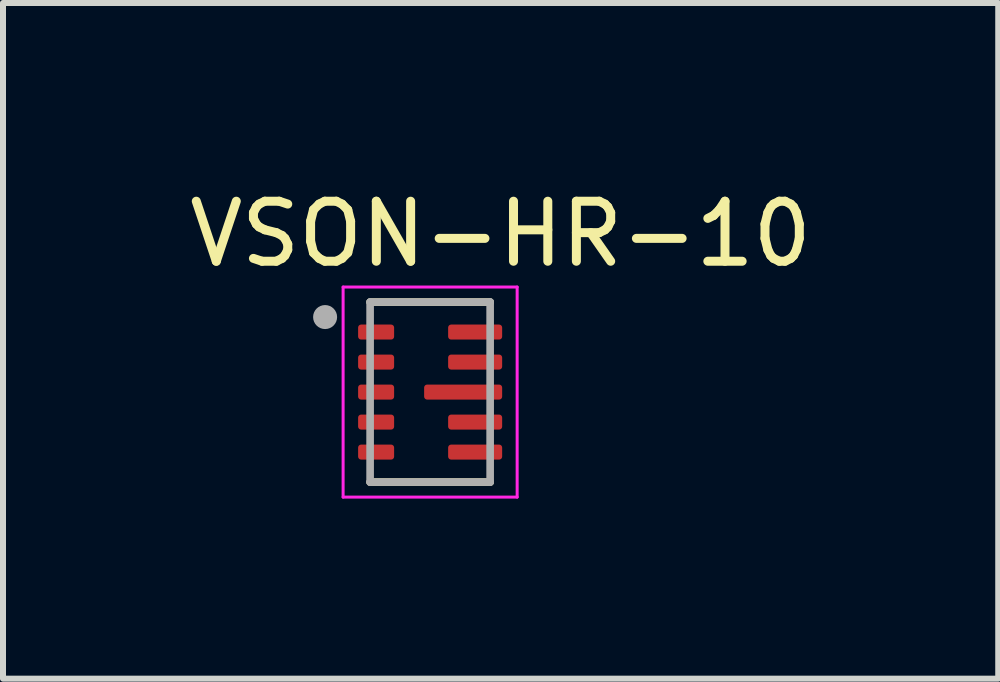
<source format=kicad_pcb>
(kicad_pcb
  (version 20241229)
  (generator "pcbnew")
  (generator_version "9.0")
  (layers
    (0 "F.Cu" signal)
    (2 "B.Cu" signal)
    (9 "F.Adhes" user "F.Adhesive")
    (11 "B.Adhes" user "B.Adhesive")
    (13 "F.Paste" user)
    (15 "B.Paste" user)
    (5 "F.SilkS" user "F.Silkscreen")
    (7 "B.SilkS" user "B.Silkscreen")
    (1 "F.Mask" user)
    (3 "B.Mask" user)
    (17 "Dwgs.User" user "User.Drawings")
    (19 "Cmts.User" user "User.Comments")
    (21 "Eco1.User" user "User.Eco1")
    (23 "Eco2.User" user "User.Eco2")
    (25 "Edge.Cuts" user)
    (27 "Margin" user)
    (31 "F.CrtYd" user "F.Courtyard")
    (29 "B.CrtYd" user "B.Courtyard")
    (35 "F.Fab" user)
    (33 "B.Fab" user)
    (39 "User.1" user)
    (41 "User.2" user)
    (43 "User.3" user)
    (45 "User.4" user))
  (footprint "VSON-HR-10"
    (layer "F.Cu")
    (at 4.117 3.483)
    (property "Reference" "VSON-HR-10" (at 1.175 -2.635 0) (layer "F.SilkS") (effects (font (size 1 1) (thickness 0.15))))
    (attr smd)
    (fp_poly (pts (xy -0.53 -1.075) (xy -0.53 -0.925) (xy -0.53 -0.919) (xy -0.531 -0.912) (xy -0.531 -0.906) (xy -0.533 -0.9) (xy -0.534 -0.894) (xy -0.536 -0.888) (xy -0.538 -0.882) (xy -0.54 -0.876) (xy -0.543 -0.871) (xy -0.546 -0.865) (xy -0.549 -0.86) (xy -0.553 -0.854) (xy -0.557 -0.849) (xy -0.561 -0.845) (xy -0.565 -0.84) (xy -0.57 -0.836) (xy -0.574 -0.832) (xy -0.579 -0.828) (xy -0.585 -0.824) (xy -0.59 -0.821) (xy -0.596 -0.818) (xy -0.601 -0.815) (xy -0.607 -0.813) (xy -0.613 -0.811) (xy -0.619 -0.809) (xy -0.625 -0.808) (xy -0.631 -0.806) (xy -0.637 -0.806) (xy -0.644 -0.805) (xy -0.65 -0.805) (xy -1.15 -0.805) (xy -1.156 -0.805) (xy -1.163 -0.806) (xy -1.169 -0.806) (xy -1.175 -0.808) (xy -1.181 -0.809) (xy -1.187 -0.811) (xy -1.193 -0.813) (xy -1.199 -0.815) (xy -1.204 -0.818) (xy -1.21 -0.821) (xy -1.215 -0.824) (xy -1.221 -0.828) (xy -1.226 -0.832) (xy -1.23 -0.836) (xy -1.235 -0.84) (xy -1.239 -0.845) (xy -1.243 -0.849) (xy -1.247 -0.854) (xy -1.251 -0.86) (xy -1.254 -0.865) (xy -1.257 -0.871) (xy -1.26 -0.876) (xy -1.262 -0.882) (xy -1.264 -0.888) (xy -1.266 -0.894) (xy -1.267 -0.9) (xy -1.269 -0.906) (xy -1.269 -0.912) (xy -1.27 -0.919) (xy -1.27 -0.925) (xy -1.27 -1.075) (xy -1.27 -1.081) (xy -1.269 -1.088) (xy -1.269 -1.094) (xy -1.267 -1.1) (xy -1.266 -1.106) (xy -1.264 -1.112) (xy -1.262 -1.118) (xy -1.26 -1.124) (xy -1.257 -1.129) (xy -1.254 -1.135) (xy -1.251 -1.14) (xy -1.247 -1.146) (xy -1.243 -1.151) (xy -1.239 -1.155) (xy -1.235 -1.16) (xy -1.23 -1.164) (xy -1.226 -1.168) (xy -1.221 -1.172) (xy -1.215 -1.176) (xy -1.21 -1.179) (xy -1.204 -1.182) (xy -1.199 -1.185) (xy -1.193 -1.187) (xy -1.187 -1.189) (xy -1.181 -1.191) (xy -1.175 -1.192) (xy -1.169 -1.194) (xy -1.163 -1.194) (xy -1.156 -1.195) (xy -1.15 -1.195) (xy -0.65 -1.195) (xy -0.644 -1.195) (xy -0.637 -1.194) (xy -0.631 -1.194) (xy -0.625 -1.192) (xy -0.619 -1.191) (xy -0.613 -1.189) (xy -0.607 -1.187) (xy -0.601 -1.185) (xy -0.596 -1.182) (xy -0.59 -1.179) (xy -0.585 -1.176) (xy -0.579 -1.172) (xy -0.574 -1.168) (xy -0.57 -1.164) (xy -0.565 -1.16) (xy -0.561 -1.155) (xy -0.557 -1.151) (xy -0.553 -1.146) (xy -0.549 -1.14) (xy -0.546 -1.135) (xy -0.543 -1.129) (xy -0.54 -1.124) (xy -0.538 -1.118) (xy -0.536 -1.112) (xy -0.534 -1.106) (xy -0.533 -1.1) (xy -0.531 -1.094) (xy -0.531 -1.088) (xy -0.53 -1.081) (xy -0.53 -1.075)) (stroke (width 0.01) (type solid)) (fill yes) (layer "F.Mask"))
    (fp_poly (pts (xy -0.53 -0.575) (xy -0.53 -0.425) (xy -0.53 -0.419) (xy -0.531 -0.412) (xy -0.531 -0.406) (xy -0.533 -0.4) (xy -0.534 -0.394) (xy -0.536 -0.388) (xy -0.538 -0.382) (xy -0.54 -0.376) (xy -0.543 -0.371) (xy -0.546 -0.365) (xy -0.549 -0.36) (xy -0.553 -0.354) (xy -0.557 -0.349) (xy -0.561 -0.345) (xy -0.565 -0.34) (xy -0.57 -0.336) (xy -0.574 -0.332) (xy -0.579 -0.328) (xy -0.585 -0.324) (xy -0.59 -0.321) (xy -0.596 -0.318) (xy -0.601 -0.315) (xy -0.607 -0.313) (xy -0.613 -0.311) (xy -0.619 -0.309) (xy -0.625 -0.308) (xy -0.631 -0.306) (xy -0.637 -0.306) (xy -0.644 -0.305) (xy -0.65 -0.305) (xy -1.15 -0.305) (xy -1.156 -0.305) (xy -1.163 -0.306) (xy -1.169 -0.306) (xy -1.175 -0.308) (xy -1.181 -0.309) (xy -1.187 -0.311) (xy -1.193 -0.313) (xy -1.199 -0.315) (xy -1.204 -0.318) (xy -1.21 -0.321) (xy -1.215 -0.324) (xy -1.221 -0.328) (xy -1.226 -0.332) (xy -1.23 -0.336) (xy -1.235 -0.34) (xy -1.239 -0.345) (xy -1.243 -0.349) (xy -1.247 -0.354) (xy -1.251 -0.36) (xy -1.254 -0.365) (xy -1.257 -0.371) (xy -1.26 -0.376) (xy -1.262 -0.382) (xy -1.264 -0.388) (xy -1.266 -0.394) (xy -1.267 -0.4) (xy -1.269 -0.406) (xy -1.269 -0.412) (xy -1.27 -0.419) (xy -1.27 -0.425) (xy -1.27 -0.575) (xy -1.27 -0.581) (xy -1.269 -0.588) (xy -1.269 -0.594) (xy -1.267 -0.6) (xy -1.266 -0.606) (xy -1.264 -0.612) (xy -1.262 -0.618) (xy -1.26 -0.624) (xy -1.257 -0.629) (xy -1.254 -0.635) (xy -1.251 -0.64) (xy -1.247 -0.646) (xy -1.243 -0.651) (xy -1.239 -0.655) (xy -1.235 -0.66) (xy -1.23 -0.664) (xy -1.226 -0.668) (xy -1.221 -0.672) (xy -1.215 -0.676) (xy -1.21 -0.679) (xy -1.204 -0.682) (xy -1.199 -0.685) (xy -1.193 -0.687) (xy -1.187 -0.689) (xy -1.181 -0.691) (xy -1.175 -0.692) (xy -1.169 -0.694) (xy -1.163 -0.694) (xy -1.156 -0.695) (xy -1.15 -0.695) (xy -0.65 -0.695) (xy -0.644 -0.695) (xy -0.637 -0.694) (xy -0.631 -0.694) (xy -0.625 -0.692) (xy -0.619 -0.691) (xy -0.613 -0.689) (xy -0.607 -0.687) (xy -0.601 -0.685) (xy -0.596 -0.682) (xy -0.59 -0.679) (xy -0.585 -0.676) (xy -0.579 -0.672) (xy -0.574 -0.668) (xy -0.57 -0.664) (xy -0.565 -0.66) (xy -0.561 -0.655) (xy -0.557 -0.651) (xy -0.553 -0.646) (xy -0.549 -0.64) (xy -0.546 -0.635) (xy -0.543 -0.629) (xy -0.54 -0.624) (xy -0.538 -0.618) (xy -0.536 -0.612) (xy -0.534 -0.606) (xy -0.533 -0.6) (xy -0.531 -0.594) (xy -0.531 -0.588) (xy -0.53 -0.581) (xy -0.53 -0.575)) (stroke (width 0.01) (type solid)) (fill yes) (layer "F.Mask"))
    (fp_poly (pts (xy -0.53 -0.075) (xy -0.53 0.075) (xy -0.53 0.081) (xy -0.531 0.088) (xy -0.531 0.094) (xy -0.533 0.1) (xy -0.534 0.106) (xy -0.536 0.112) (xy -0.538 0.118) (xy -0.54 0.124) (xy -0.543 0.129) (xy -0.546 0.135) (xy -0.549 0.14) (xy -0.553 0.146) (xy -0.557 0.151) (xy -0.561 0.155) (xy -0.565 0.16) (xy -0.57 0.164) (xy -0.574 0.168) (xy -0.579 0.172) (xy -0.585 0.176) (xy -0.59 0.179) (xy -0.596 0.182) (xy -0.601 0.185) (xy -0.607 0.187) (xy -0.613 0.189) (xy -0.619 0.191) (xy -0.625 0.192) (xy -0.631 0.194) (xy -0.637 0.194) (xy -0.644 0.195) (xy -0.65 0.195) (xy -1.15 0.195) (xy -1.156 0.195) (xy -1.163 0.194) (xy -1.169 0.194) (xy -1.175 0.192) (xy -1.181 0.191) (xy -1.187 0.189) (xy -1.193 0.187) (xy -1.199 0.185) (xy -1.204 0.182) (xy -1.21 0.179) (xy -1.215 0.176) (xy -1.221 0.172) (xy -1.226 0.168) (xy -1.23 0.164) (xy -1.235 0.16) (xy -1.239 0.155) (xy -1.243 0.151) (xy -1.247 0.146) (xy -1.251 0.14) (xy -1.254 0.135) (xy -1.257 0.129) (xy -1.26 0.124) (xy -1.262 0.118) (xy -1.264 0.112) (xy -1.266 0.106) (xy -1.267 0.1) (xy -1.269 0.094) (xy -1.269 0.088) (xy -1.27 0.081) (xy -1.27 0.075) (xy -1.27 -0.075) (xy -1.27 -0.081) (xy -1.269 -0.088) (xy -1.269 -0.094) (xy -1.267 -0.1) (xy -1.266 -0.106) (xy -1.264 -0.112) (xy -1.262 -0.118) (xy -1.26 -0.124) (xy -1.257 -0.129) (xy -1.254 -0.135) (xy -1.251 -0.14) (xy -1.247 -0.146) (xy -1.243 -0.151) (xy -1.239 -0.155) (xy -1.235 -0.16) (xy -1.23 -0.164) (xy -1.226 -0.168) (xy -1.221 -0.172) (xy -1.215 -0.176) (xy -1.21 -0.179) (xy -1.204 -0.182) (xy -1.199 -0.185) (xy -1.193 -0.187) (xy -1.187 -0.189) (xy -1.181 -0.191) (xy -1.175 -0.192) (xy -1.169 -0.194) (xy -1.163 -0.194) (xy -1.156 -0.195) (xy -1.15 -0.195) (xy -0.65 -0.195) (xy -0.644 -0.195) (xy -0.637 -0.194) (xy -0.631 -0.194) (xy -0.625 -0.192) (xy -0.619 -0.191) (xy -0.613 -0.189) (xy -0.607 -0.187) (xy -0.601 -0.185) (xy -0.596 -0.182) (xy -0.59 -0.179) (xy -0.585 -0.176) (xy -0.579 -0.172) (xy -0.574 -0.168) (xy -0.57 -0.164) (xy -0.565 -0.16) (xy -0.561 -0.155) (xy -0.557 -0.151) (xy -0.553 -0.146) (xy -0.549 -0.14) (xy -0.546 -0.135) (xy -0.543 -0.129) (xy -0.54 -0.124) (xy -0.538 -0.118) (xy -0.536 -0.112) (xy -0.534 -0.106) (xy -0.533 -0.1) (xy -0.531 -0.094) (xy -0.531 -0.088) (xy -0.53 -0.081) (xy -0.53 -0.075)) (stroke (width 0.01) (type solid)) (fill yes) (layer "F.Mask"))
    (fp_poly (pts (xy -0.53 0.425) (xy -0.53 0.575) (xy -0.53 0.581) (xy -0.531 0.588) (xy -0.531 0.594) (xy -0.533 0.6) (xy -0.534 0.606) (xy -0.536 0.612) (xy -0.538 0.618) (xy -0.54 0.624) (xy -0.543 0.629) (xy -0.546 0.635) (xy -0.549 0.64) (xy -0.553 0.646) (xy -0.557 0.651) (xy -0.561 0.655) (xy -0.565 0.66) (xy -0.57 0.664) (xy -0.574 0.668) (xy -0.579 0.672) (xy -0.585 0.676) (xy -0.59 0.679) (xy -0.596 0.682) (xy -0.601 0.685) (xy -0.607 0.687) (xy -0.613 0.689) (xy -0.619 0.691) (xy -0.625 0.692) (xy -0.631 0.694) (xy -0.637 0.694) (xy -0.644 0.695) (xy -0.65 0.695) (xy -1.15 0.695) (xy -1.156 0.695) (xy -1.163 0.694) (xy -1.169 0.694) (xy -1.175 0.692) (xy -1.181 0.691) (xy -1.187 0.689) (xy -1.193 0.687) (xy -1.199 0.685) (xy -1.204 0.682) (xy -1.21 0.679) (xy -1.215 0.676) (xy -1.221 0.672) (xy -1.226 0.668) (xy -1.23 0.664) (xy -1.235 0.66) (xy -1.239 0.655) (xy -1.243 0.651) (xy -1.247 0.646) (xy -1.251 0.64) (xy -1.254 0.635) (xy -1.257 0.629) (xy -1.26 0.624) (xy -1.262 0.618) (xy -1.264 0.612) (xy -1.266 0.606) (xy -1.267 0.6) (xy -1.269 0.594) (xy -1.269 0.588) (xy -1.27 0.581) (xy -1.27 0.575) (xy -1.27 0.425) (xy -1.27 0.419) (xy -1.269 0.412) (xy -1.269 0.406) (xy -1.267 0.4) (xy -1.266 0.394) (xy -1.264 0.388) (xy -1.262 0.382) (xy -1.26 0.376) (xy -1.257 0.371) (xy -1.254 0.365) (xy -1.251 0.36) (xy -1.247 0.354) (xy -1.243 0.349) (xy -1.239 0.345) (xy -1.235 0.34) (xy -1.23 0.336) (xy -1.226 0.332) (xy -1.221 0.328) (xy -1.215 0.324) (xy -1.21 0.321) (xy -1.204 0.318) (xy -1.199 0.315) (xy -1.193 0.313) (xy -1.187 0.311) (xy -1.181 0.309) (xy -1.175 0.308) (xy -1.169 0.306) (xy -1.163 0.306) (xy -1.156 0.305) (xy -1.15 0.305) (xy -0.65 0.305) (xy -0.644 0.305) (xy -0.637 0.306) (xy -0.631 0.306) (xy -0.625 0.308) (xy -0.619 0.309) (xy -0.613 0.311) (xy -0.607 0.313) (xy -0.601 0.315) (xy -0.596 0.318) (xy -0.59 0.321) (xy -0.585 0.324) (xy -0.579 0.328) (xy -0.574 0.332) (xy -0.57 0.336) (xy -0.565 0.34) (xy -0.561 0.345) (xy -0.557 0.349) (xy -0.553 0.354) (xy -0.549 0.36) (xy -0.546 0.365) (xy -0.543 0.371) (xy -0.54 0.376) (xy -0.538 0.382) (xy -0.536 0.388) (xy -0.534 0.394) (xy -0.533 0.4) (xy -0.531 0.406) (xy -0.531 0.412) (xy -0.53 0.419) (xy -0.53 0.425)) (stroke (width 0.01) (type solid)) (fill yes) (layer "F.Mask"))
    (fp_poly (pts (xy -0.53 0.925) (xy -0.53 1.075) (xy -0.53 1.081) (xy -0.531 1.088) (xy -0.531 1.094) (xy -0.533 1.1) (xy -0.534 1.106) (xy -0.536 1.112) (xy -0.538 1.118) (xy -0.54 1.124) (xy -0.543 1.129) (xy -0.546 1.135) (xy -0.549 1.14) (xy -0.553 1.146) (xy -0.557 1.151) (xy -0.561 1.155) (xy -0.565 1.16) (xy -0.57 1.164) (xy -0.574 1.168) (xy -0.579 1.172) (xy -0.585 1.176) (xy -0.59 1.179) (xy -0.596 1.182) (xy -0.601 1.185) (xy -0.607 1.187) (xy -0.613 1.189) (xy -0.619 1.191) (xy -0.625 1.192) (xy -0.631 1.194) (xy -0.637 1.194) (xy -0.644 1.195) (xy -0.65 1.195) (xy -1.15 1.195) (xy -1.156 1.195) (xy -1.163 1.194) (xy -1.169 1.194) (xy -1.175 1.192) (xy -1.181 1.191) (xy -1.187 1.189) (xy -1.193 1.187) (xy -1.199 1.185) (xy -1.204 1.182) (xy -1.21 1.179) (xy -1.215 1.176) (xy -1.221 1.172) (xy -1.226 1.168) (xy -1.23 1.164) (xy -1.235 1.16) (xy -1.239 1.155) (xy -1.243 1.151) (xy -1.247 1.146) (xy -1.251 1.14) (xy -1.254 1.135) (xy -1.257 1.129) (xy -1.26 1.124) (xy -1.262 1.118) (xy -1.264 1.112) (xy -1.266 1.106) (xy -1.267 1.1) (xy -1.269 1.094) (xy -1.269 1.088) (xy -1.27 1.081) (xy -1.27 1.075) (xy -1.27 0.925) (xy -1.27 0.919) (xy -1.269 0.912) (xy -1.269 0.906) (xy -1.267 0.9) (xy -1.266 0.894) (xy -1.264 0.888) (xy -1.262 0.882) (xy -1.26 0.876) (xy -1.257 0.871) (xy -1.254 0.865) (xy -1.251 0.86) (xy -1.247 0.854) (xy -1.243 0.849) (xy -1.239 0.845) (xy -1.235 0.84) (xy -1.23 0.836) (xy -1.226 0.832) (xy -1.221 0.828) (xy -1.215 0.824) (xy -1.21 0.821) (xy -1.204 0.818) (xy -1.199 0.815) (xy -1.193 0.813) (xy -1.187 0.811) (xy -1.181 0.809) (xy -1.175 0.808) (xy -1.169 0.806) (xy -1.163 0.806) (xy -1.156 0.805) (xy -1.15 0.805) (xy -0.65 0.805) (xy -0.644 0.805) (xy -0.637 0.806) (xy -0.631 0.806) (xy -0.625 0.808) (xy -0.619 0.809) (xy -0.613 0.811) (xy -0.607 0.813) (xy -0.601 0.815) (xy -0.596 0.818) (xy -0.59 0.821) (xy -0.585 0.824) (xy -0.579 0.828) (xy -0.574 0.832) (xy -0.57 0.836) (xy -0.565 0.84) (xy -0.561 0.845) (xy -0.557 0.849) (xy -0.553 0.854) (xy -0.549 0.86) (xy -0.546 0.865) (xy -0.543 0.871) (xy -0.54 0.876) (xy -0.538 0.882) (xy -0.536 0.888) (xy -0.534 0.894) (xy -0.533 0.9) (xy -0.531 0.906) (xy -0.531 0.912) (xy -0.53 0.919) (xy -0.53 0.925)) (stroke (width 0.01) (type solid)) (fill yes) (layer "F.Mask"))
    (fp_poly (pts (xy 1.27 -1.075) (xy 1.27 -0.925) (xy 1.27 -0.919) (xy 1.269 -0.912) (xy 1.269 -0.906) (xy 1.267 -0.9) (xy 1.266 -0.894) (xy 1.264 -0.888) (xy 1.262 -0.882) (xy 1.26 -0.876) (xy 1.257 -0.871) (xy 1.254 -0.865) (xy 1.251 -0.86) (xy 1.247 -0.854) (xy 1.243 -0.849) (xy 1.239 -0.845) (xy 1.235 -0.84) (xy 1.23 -0.836) (xy 1.226 -0.832) (xy 1.221 -0.828) (xy 1.215 -0.824) (xy 1.21 -0.821) (xy 1.204 -0.818) (xy 1.199 -0.815) (xy 1.193 -0.813) (xy 1.187 -0.811) (xy 1.181 -0.809) (xy 1.175 -0.808) (xy 1.169 -0.806) (xy 1.163 -0.806) (xy 1.156 -0.805) (xy 1.15 -0.805) (xy 0.35 -0.805) (xy 0.344 -0.805) (xy 0.337 -0.806) (xy 0.331 -0.806) (xy 0.325 -0.808) (xy 0.319 -0.809) (xy 0.313 -0.811) (xy 0.307 -0.813) (xy 0.301 -0.815) (xy 0.296 -0.818) (xy 0.29 -0.821) (xy 0.285 -0.824) (xy 0.279 -0.828) (xy 0.274 -0.832) (xy 0.27 -0.836) (xy 0.265 -0.84) (xy 0.261 -0.845) (xy 0.257 -0.849) (xy 0.253 -0.854) (xy 0.249 -0.86) (xy 0.246 -0.865) (xy 0.243 -0.871) (xy 0.24 -0.876) (xy 0.238 -0.882) (xy 0.236 -0.888) (xy 0.234 -0.894) (xy 0.233 -0.9) (xy 0.231 -0.906) (xy 0.231 -0.912) (xy 0.23 -0.919) (xy 0.23 -0.925) (xy 0.23 -1.075) (xy 0.23 -1.081) (xy 0.231 -1.088) (xy 0.231 -1.094) (xy 0.233 -1.1) (xy 0.234 -1.106) (xy 0.236 -1.112) (xy 0.238 -1.118) (xy 0.24 -1.124) (xy 0.243 -1.129) (xy 0.246 -1.135) (xy 0.249 -1.14) (xy 0.253 -1.146) (xy 0.257 -1.151) (xy 0.261 -1.155) (xy 0.265 -1.16) (xy 0.27 -1.164) (xy 0.274 -1.168) (xy 0.279 -1.172) (xy 0.285 -1.176) (xy 0.29 -1.179) (xy 0.296 -1.182) (xy 0.301 -1.185) (xy 0.307 -1.187) (xy 0.313 -1.189) (xy 0.319 -1.191) (xy 0.325 -1.192) (xy 0.331 -1.194) (xy 0.337 -1.194) (xy 0.344 -1.195) (xy 0.35 -1.195) (xy 1.15 -1.195) (xy 1.156 -1.195) (xy 1.163 -1.194) (xy 1.169 -1.194) (xy 1.175 -1.192) (xy 1.181 -1.191) (xy 1.187 -1.189) (xy 1.193 -1.187) (xy 1.199 -1.185) (xy 1.204 -1.182) (xy 1.21 -1.179) (xy 1.215 -1.176) (xy 1.221 -1.172) (xy 1.226 -1.168) (xy 1.23 -1.164) (xy 1.235 -1.16) (xy 1.239 -1.155) (xy 1.243 -1.151) (xy 1.247 -1.146) (xy 1.251 -1.14) (xy 1.254 -1.135) (xy 1.257 -1.129) (xy 1.26 -1.124) (xy 1.262 -1.118) (xy 1.264 -1.112) (xy 1.266 -1.106) (xy 1.267 -1.1) (xy 1.269 -1.094) (xy 1.269 -1.088) (xy 1.27 -1.081) (xy 1.27 -1.075)) (stroke (width 0.01) (type solid)) (fill yes) (layer "F.Mask"))
    (fp_poly (pts (xy 1.27 -0.575) (xy 1.27 -0.425) (xy 1.27 -0.419) (xy 1.269 -0.412) (xy 1.269 -0.406) (xy 1.267 -0.4) (xy 1.266 -0.394) (xy 1.264 -0.388) (xy 1.262 -0.382) (xy 1.26 -0.376) (xy 1.257 -0.371) (xy 1.254 -0.365) (xy 1.251 -0.36) (xy 1.247 -0.354) (xy 1.243 -0.349) (xy 1.239 -0.345) (xy 1.235 -0.34) (xy 1.23 -0.336) (xy 1.226 -0.332) (xy 1.221 -0.328) (xy 1.215 -0.324) (xy 1.21 -0.321) (xy 1.204 -0.318) (xy 1.199 -0.315) (xy 1.193 -0.313) (xy 1.187 -0.311) (xy 1.181 -0.309) (xy 1.175 -0.308) (xy 1.169 -0.306) (xy 1.163 -0.306) (xy 1.156 -0.305) (xy 1.15 -0.305) (xy 0.35 -0.305) (xy 0.344 -0.305) (xy 0.337 -0.306) (xy 0.331 -0.306) (xy 0.325 -0.308) (xy 0.319 -0.309) (xy 0.313 -0.311) (xy 0.307 -0.313) (xy 0.301 -0.315) (xy 0.296 -0.318) (xy 0.29 -0.321) (xy 0.285 -0.324) (xy 0.279 -0.328) (xy 0.274 -0.332) (xy 0.27 -0.336) (xy 0.265 -0.34) (xy 0.261 -0.345) (xy 0.257 -0.349) (xy 0.253 -0.354) (xy 0.249 -0.36) (xy 0.246 -0.365) (xy 0.243 -0.371) (xy 0.24 -0.376) (xy 0.238 -0.382) (xy 0.236 -0.388) (xy 0.234 -0.394) (xy 0.233 -0.4) (xy 0.231 -0.406) (xy 0.231 -0.412) (xy 0.23 -0.419) (xy 0.23 -0.425) (xy 0.23 -0.575) (xy 0.23 -0.581) (xy 0.231 -0.588) (xy 0.231 -0.594) (xy 0.233 -0.6) (xy 0.234 -0.606) (xy 0.236 -0.612) (xy 0.238 -0.618) (xy 0.24 -0.624) (xy 0.243 -0.629) (xy 0.246 -0.635) (xy 0.249 -0.64) (xy 0.253 -0.646) (xy 0.257 -0.651) (xy 0.261 -0.655) (xy 0.265 -0.66) (xy 0.27 -0.664) (xy 0.274 -0.668) (xy 0.279 -0.672) (xy 0.285 -0.676) (xy 0.29 -0.679) (xy 0.296 -0.682) (xy 0.301 -0.685) (xy 0.307 -0.687) (xy 0.313 -0.689) (xy 0.319 -0.691) (xy 0.325 -0.692) (xy 0.331 -0.694) (xy 0.337 -0.694) (xy 0.344 -0.695) (xy 0.35 -0.695) (xy 1.15 -0.695) (xy 1.156 -0.695) (xy 1.163 -0.694) (xy 1.169 -0.694) (xy 1.175 -0.692) (xy 1.181 -0.691) (xy 1.187 -0.689) (xy 1.193 -0.687) (xy 1.199 -0.685) (xy 1.204 -0.682) (xy 1.21 -0.679) (xy 1.215 -0.676) (xy 1.221 -0.672) (xy 1.226 -0.668) (xy 1.23 -0.664) (xy 1.235 -0.66) (xy 1.239 -0.655) (xy 1.243 -0.651) (xy 1.247 -0.646) (xy 1.251 -0.64) (xy 1.254 -0.635) (xy 1.257 -0.629) (xy 1.26 -0.624) (xy 1.262 -0.618) (xy 1.264 -0.612) (xy 1.266 -0.606) (xy 1.267 -0.6) (xy 1.269 -0.594) (xy 1.269 -0.588) (xy 1.27 -0.581) (xy 1.27 -0.575)) (stroke (width 0.01) (type solid)) (fill yes) (layer "F.Mask"))
    (fp_poly (pts (xy 1.27 -0.075) (xy 1.27 0.075) (xy 1.27 0.081) (xy 1.269 0.088) (xy 1.269 0.094) (xy 1.267 0.1) (xy 1.266 0.106) (xy 1.264 0.112) (xy 1.262 0.118) (xy 1.26 0.124) (xy 1.257 0.129) (xy 1.254 0.135) (xy 1.251 0.14) (xy 1.247 0.146) (xy 1.243 0.151) (xy 1.239 0.155) (xy 1.235 0.16) (xy 1.23 0.164) (xy 1.226 0.168) (xy 1.221 0.172) (xy 1.215 0.176) (xy 1.21 0.179) (xy 1.204 0.182) (xy 1.199 0.185) (xy 1.193 0.187) (xy 1.187 0.189) (xy 1.181 0.191) (xy 1.175 0.192) (xy 1.169 0.194) (xy 1.163 0.194) (xy 1.156 0.195) (xy 1.15 0.195) (xy -0.05 0.195) (xy -0.056 0.195) (xy -0.063 0.194) (xy -0.069 0.194) (xy -0.075 0.192) (xy -0.081 0.191) (xy -0.087 0.189) (xy -0.093 0.187) (xy -0.099 0.185) (xy -0.104 0.182) (xy -0.11 0.179) (xy -0.115 0.176) (xy -0.121 0.172) (xy -0.126 0.168) (xy -0.13 0.164) (xy -0.135 0.16) (xy -0.139 0.155) (xy -0.143 0.151) (xy -0.147 0.146) (xy -0.151 0.14) (xy -0.154 0.135) (xy -0.157 0.129) (xy -0.16 0.124) (xy -0.162 0.118) (xy -0.164 0.112) (xy -0.166 0.106) (xy -0.167 0.1) (xy -0.169 0.094) (xy -0.169 0.088) (xy -0.17 0.081) (xy -0.17 0.075) (xy -0.17 -0.075) (xy -0.17 -0.081) (xy -0.169 -0.088) (xy -0.169 -0.094) (xy -0.167 -0.1) (xy -0.166 -0.106) (xy -0.164 -0.112) (xy -0.162 -0.118) (xy -0.16 -0.124) (xy -0.157 -0.129) (xy -0.154 -0.135) (xy -0.151 -0.14) (xy -0.147 -0.146) (xy -0.143 -0.151) (xy -0.139 -0.155) (xy -0.135 -0.16) (xy -0.13 -0.164) (xy -0.126 -0.168) (xy -0.121 -0.172) (xy -0.115 -0.176) (xy -0.11 -0.179) (xy -0.104 -0.182) (xy -0.099 -0.185) (xy -0.093 -0.187) (xy -0.087 -0.189) (xy -0.081 -0.191) (xy -0.075 -0.192) (xy -0.069 -0.194) (xy -0.063 -0.194) (xy -0.056 -0.195) (xy -0.05 -0.195) (xy 1.15 -0.195) (xy 1.156 -0.195) (xy 1.163 -0.194) (xy 1.169 -0.194) (xy 1.175 -0.192) (xy 1.181 -0.191) (xy 1.187 -0.189) (xy 1.193 -0.187) (xy 1.199 -0.185) (xy 1.204 -0.182) (xy 1.21 -0.179) (xy 1.215 -0.176) (xy 1.221 -0.172) (xy 1.226 -0.168) (xy 1.23 -0.164) (xy 1.235 -0.16) (xy 1.239 -0.155) (xy 1.243 -0.151) (xy 1.247 -0.146) (xy 1.251 -0.14) (xy 1.254 -0.135) (xy 1.257 -0.129) (xy 1.26 -0.124) (xy 1.262 -0.118) (xy 1.264 -0.112) (xy 1.266 -0.106) (xy 1.267 -0.1) (xy 1.269 -0.094) (xy 1.269 -0.088) (xy 1.27 -0.081) (xy 1.27 -0.075)) (stroke (width 0.01) (type solid)) (fill yes) (layer "F.Mask"))
    (fp_poly (pts (xy 1.27 0.425) (xy 1.27 0.575) (xy 1.27 0.581) (xy 1.269 0.588) (xy 1.269 0.594) (xy 1.267 0.6) (xy 1.266 0.606) (xy 1.264 0.612) (xy 1.262 0.618) (xy 1.26 0.624) (xy 1.257 0.629) (xy 1.254 0.635) (xy 1.251 0.64) (xy 1.247 0.646) (xy 1.243 0.651) (xy 1.239 0.655) (xy 1.235 0.66) (xy 1.23 0.664) (xy 1.226 0.668) (xy 1.221 0.672) (xy 1.215 0.676) (xy 1.21 0.679) (xy 1.204 0.682) (xy 1.199 0.685) (xy 1.193 0.687) (xy 1.187 0.689) (xy 1.181 0.691) (xy 1.175 0.692) (xy 1.169 0.694) (xy 1.163 0.694) (xy 1.156 0.695) (xy 1.15 0.695) (xy 0.35 0.695) (xy 0.344 0.695) (xy 0.337 0.694) (xy 0.331 0.694) (xy 0.325 0.692) (xy 0.319 0.691) (xy 0.313 0.689) (xy 0.307 0.687) (xy 0.301 0.685) (xy 0.296 0.682) (xy 0.29 0.679) (xy 0.285 0.676) (xy 0.279 0.672) (xy 0.274 0.668) (xy 0.27 0.664) (xy 0.265 0.66) (xy 0.261 0.655) (xy 0.257 0.651) (xy 0.253 0.646) (xy 0.249 0.64) (xy 0.246 0.635) (xy 0.243 0.629) (xy 0.24 0.624) (xy 0.238 0.618) (xy 0.236 0.612) (xy 0.234 0.606) (xy 0.233 0.6) (xy 0.231 0.594) (xy 0.231 0.588) (xy 0.23 0.581) (xy 0.23 0.575) (xy 0.23 0.425) (xy 0.23 0.419) (xy 0.231 0.412) (xy 0.231 0.406) (xy 0.233 0.4) (xy 0.234 0.394) (xy 0.236 0.388) (xy 0.238 0.382) (xy 0.24 0.376) (xy 0.243 0.371) (xy 0.246 0.365) (xy 0.249 0.36) (xy 0.253 0.354) (xy 0.257 0.349) (xy 0.261 0.345) (xy 0.265 0.34) (xy 0.27 0.336) (xy 0.274 0.332) (xy 0.279 0.328) (xy 0.285 0.324) (xy 0.29 0.321) (xy 0.296 0.318) (xy 0.301 0.315) (xy 0.307 0.313) (xy 0.313 0.311) (xy 0.319 0.309) (xy 0.325 0.308) (xy 0.331 0.306) (xy 0.337 0.306) (xy 0.344 0.305) (xy 0.35 0.305) (xy 1.15 0.305) (xy 1.156 0.305) (xy 1.163 0.306) (xy 1.169 0.306) (xy 1.175 0.308) (xy 1.181 0.309) (xy 1.187 0.311) (xy 1.193 0.313) (xy 1.199 0.315) (xy 1.204 0.318) (xy 1.21 0.321) (xy 1.215 0.324) (xy 1.221 0.328) (xy 1.226 0.332) (xy 1.23 0.336) (xy 1.235 0.34) (xy 1.239 0.345) (xy 1.243 0.349) (xy 1.247 0.354) (xy 1.251 0.36) (xy 1.254 0.365) (xy 1.257 0.371) (xy 1.26 0.376) (xy 1.262 0.382) (xy 1.264 0.388) (xy 1.266 0.394) (xy 1.267 0.4) (xy 1.269 0.406) (xy 1.269 0.412) (xy 1.27 0.419) (xy 1.27 0.425)) (stroke (width 0.01) (type solid)) (fill yes) (layer "F.Mask"))
    (fp_poly (pts (xy 1.27 0.925) (xy 1.27 1.075) (xy 1.27 1.081) (xy 1.269 1.088) (xy 1.269 1.094) (xy 1.267 1.1) (xy 1.266 1.106) (xy 1.264 1.112) (xy 1.262 1.118) (xy 1.26 1.124) (xy 1.257 1.129) (xy 1.254 1.135) (xy 1.251 1.14) (xy 1.247 1.146) (xy 1.243 1.151) (xy 1.239 1.155) (xy 1.235 1.16) (xy 1.23 1.164) (xy 1.226 1.168) (xy 1.221 1.172) (xy 1.215 1.176) (xy 1.21 1.179) (xy 1.204 1.182) (xy 1.199 1.185) (xy 1.193 1.187) (xy 1.187 1.189) (xy 1.181 1.191) (xy 1.175 1.192) (xy 1.169 1.194) (xy 1.163 1.194) (xy 1.156 1.195) (xy 1.15 1.195) (xy 0.35 1.195) (xy 0.344 1.195) (xy 0.337 1.194) (xy 0.331 1.194) (xy 0.325 1.192) (xy 0.319 1.191) (xy 0.313 1.189) (xy 0.307 1.187) (xy 0.301 1.185) (xy 0.296 1.182) (xy 0.29 1.179) (xy 0.285 1.176) (xy 0.279 1.172) (xy 0.274 1.168) (xy 0.27 1.164) (xy 0.265 1.16) (xy 0.261 1.155) (xy 0.257 1.151) (xy 0.253 1.146) (xy 0.249 1.14) (xy 0.246 1.135) (xy 0.243 1.129) (xy 0.24 1.124) (xy 0.238 1.118) (xy 0.236 1.112) (xy 0.234 1.106) (xy 0.233 1.1) (xy 0.231 1.094) (xy 0.231 1.088) (xy 0.23 1.081) (xy 0.23 1.075) (xy 0.23 0.925) (xy 0.23 0.919) (xy 0.231 0.912) (xy 0.231 0.906) (xy 0.233 0.9) (xy 0.234 0.894) (xy 0.236 0.888) (xy 0.238 0.882) (xy 0.24 0.876) (xy 0.243 0.871) (xy 0.246 0.865) (xy 0.249 0.86) (xy 0.253 0.854) (xy 0.257 0.849) (xy 0.261 0.845) (xy 0.265 0.84) (xy 0.27 0.836) (xy 0.274 0.832) (xy 0.279 0.828) (xy 0.285 0.824) (xy 0.29 0.821) (xy 0.296 0.818) (xy 0.301 0.815) (xy 0.307 0.813) (xy 0.313 0.811) (xy 0.319 0.809) (xy 0.325 0.808) (xy 0.331 0.806) (xy 0.337 0.806) (xy 0.344 0.805) (xy 0.35 0.805) (xy 1.15 0.805) (xy 1.156 0.805) (xy 1.163 0.806) (xy 1.169 0.806) (xy 1.175 0.808) (xy 1.181 0.809) (xy 1.187 0.811) (xy 1.193 0.813) (xy 1.199 0.815) (xy 1.204 0.818) (xy 1.21 0.821) (xy 1.215 0.824) (xy 1.221 0.828) (xy 1.226 0.832) (xy 1.23 0.836) (xy 1.235 0.84) (xy 1.239 0.845) (xy 1.243 0.849) (xy 1.247 0.854) (xy 1.251 0.86) (xy 1.254 0.865) (xy 1.257 0.871) (xy 1.26 0.876) (xy 1.262 0.882) (xy 1.264 0.888) (xy 1.266 0.894) (xy 1.267 0.9) (xy 1.269 0.906) (xy 1.269 0.912) (xy 1.27 0.919) (xy 1.27 0.925)) (stroke (width 0.01) (type solid)) (fill yes) (layer "F.Mask"))
    (fp_line (start -1 -1.5) (end 1 -1.5) (stroke (width 0.127) (type solid)) (layer "F.SilkS"))
    (fp_line (start -1 1.5) (end 1 1.5) (stroke (width 0.127) (type solid)) (layer "F.SilkS"))
    (fp_poly (pts (xy 0.4 0.125) (xy -0.05 0.125) (xy -0.053 0.125) (xy -0.055 0.125) (xy -0.058 0.124) (xy -0.06 0.124) (xy -0.063 0.123) (xy -0.065 0.123) (xy -0.068 0.122) (xy -0.07 0.121) (xy -0.073 0.12) (xy -0.075 0.118) (xy -0.077 0.117) (xy -0.079 0.115) (xy -0.081 0.114) (xy -0.083 0.112) (xy -0.085 0.11) (xy -0.087 0.108) (xy -0.089 0.106) (xy -0.09 0.104) (xy -0.092 0.102) (xy -0.093 0.1) (xy -0.095 0.098) (xy -0.096 0.095) (xy -0.097 0.093) (xy -0.098 0.09) (xy -0.098 0.088) (xy -0.099 0.085) (xy -0.099 0.083) (xy -0.1 0.08) (xy -0.1 0.078) (xy -0.1 0.075) (xy -0.1 -0.075) (xy -0.1 -0.078) (xy -0.1 -0.08) (xy -0.099 -0.083) (xy -0.099 -0.085) (xy -0.098 -0.088) (xy -0.098 -0.09) (xy -0.097 -0.093) (xy -0.096 -0.095) (xy -0.095 -0.098) (xy -0.093 -0.1) (xy -0.092 -0.102) (xy -0.09 -0.104) (xy -0.089 -0.106) (xy -0.087 -0.108) (xy -0.085 -0.11) (xy -0.083 -0.112) (xy -0.081 -0.114) (xy -0.079 -0.115) (xy -0.077 -0.117) (xy -0.075 -0.118) (xy -0.073 -0.12) (xy -0.07 -0.121) (xy -0.068 -0.122) (xy -0.065 -0.123) (xy -0.063 -0.123) (xy -0.06 -0.124) (xy -0.058 -0.124) (xy -0.055 -0.125) (xy -0.053 -0.125) (xy -0.05 -0.125) (xy 0.4 -0.125) (xy 0.403 -0.125) (xy 0.405 -0.125) (xy 0.408 -0.124) (xy 0.41 -0.124) (xy 0.413 -0.123) (xy 0.415 -0.123) (xy 0.418 -0.122) (xy 0.42 -0.121) (xy 0.423 -0.12) (xy 0.425 -0.118) (xy 0.427 -0.117) (xy 0.429 -0.115) (xy 0.431 -0.114) (xy 0.433 -0.112) (xy 0.435 -0.11) (xy 0.437 -0.108) (xy 0.439 -0.106) (xy 0.44 -0.104) (xy 0.442 -0.102) (xy 0.443 -0.1) (xy 0.445 -0.098) (xy 0.446 -0.095) (xy 0.447 -0.093) (xy 0.448 -0.09) (xy 0.448 -0.088) (xy 0.449 -0.085) (xy 0.449 -0.083) (xy 0.45 -0.08) (xy 0.45 -0.078) (xy 0.45 -0.075) (xy 0.45 0.075) (xy 0.45 0.078) (xy 0.45 0.08) (xy 0.449 0.083) (xy 0.449 0.085) (xy 0.448 0.088) (xy 0.448 0.09) (xy 0.447 0.093) (xy 0.446 0.095) (xy 0.445 0.098) (xy 0.443 0.1) (xy 0.442 0.102) (xy 0.44 0.104) (xy 0.439 0.106) (xy 0.437 0.108) (xy 0.435 0.11) (xy 0.433 0.112) (xy 0.431 0.114) (xy 0.429 0.115) (xy 0.427 0.117) (xy 0.425 0.118) (xy 0.423 0.12) (xy 0.42 0.121) (xy 0.418 0.122) (xy 0.415 0.123) (xy 0.413 0.123) (xy 0.41 0.124) (xy 0.408 0.124) (xy 0.405 0.125) (xy 0.403 0.125) (xy 0.4 0.125)) (stroke (width 0.01) (type solid)) (fill yes) (layer "F.Paste"))
    (fp_poly (pts (xy 1.15 0.125) (xy 0.7 0.125) (xy 0.697 0.125) (xy 0.695 0.125) (xy 0.692 0.124) (xy 0.69 0.124) (xy 0.687 0.123) (xy 0.685 0.123) (xy 0.682 0.122) (xy 0.68 0.121) (xy 0.677 0.12) (xy 0.675 0.118) (xy 0.673 0.117) (xy 0.671 0.115) (xy 0.669 0.114) (xy 0.667 0.112) (xy 0.665 0.11) (xy 0.663 0.108) (xy 0.661 0.106) (xy 0.66 0.104) (xy 0.658 0.102) (xy 0.657 0.1) (xy 0.655 0.098) (xy 0.654 0.095) (xy 0.653 0.093) (xy 0.652 0.09) (xy 0.652 0.088) (xy 0.651 0.085) (xy 0.651 0.083) (xy 0.65 0.08) (xy 0.65 0.078) (xy 0.65 0.075) (xy 0.65 -0.075) (xy 0.65 -0.078) (xy 0.65 -0.08) (xy 0.651 -0.083) (xy 0.651 -0.085) (xy 0.652 -0.088) (xy 0.652 -0.09) (xy 0.653 -0.093) (xy 0.654 -0.095) (xy 0.655 -0.098) (xy 0.657 -0.1) (xy 0.658 -0.102) (xy 0.66 -0.104) (xy 0.661 -0.106) (xy 0.663 -0.108) (xy 0.665 -0.11) (xy 0.667 -0.112) (xy 0.669 -0.114) (xy 0.671 -0.115) (xy 0.673 -0.117) (xy 0.675 -0.118) (xy 0.677 -0.12) (xy 0.68 -0.121) (xy 0.682 -0.122) (xy 0.685 -0.123) (xy 0.687 -0.123) (xy 0.69 -0.124) (xy 0.692 -0.124) (xy 0.695 -0.125) (xy 0.697 -0.125) (xy 0.7 -0.125) (xy 1.15 -0.125) (xy 1.153 -0.125) (xy 1.155 -0.125) (xy 1.158 -0.124) (xy 1.16 -0.124) (xy 1.163 -0.123) (xy 1.165 -0.123) (xy 1.168 -0.122) (xy 1.17 -0.121) (xy 1.173 -0.12) (xy 1.175 -0.118) (xy 1.177 -0.117) (xy 1.179 -0.115) (xy 1.181 -0.114) (xy 1.183 -0.112) (xy 1.185 -0.11) (xy 1.187 -0.108) (xy 1.189 -0.106) (xy 1.19 -0.104) (xy 1.192 -0.102) (xy 1.193 -0.1) (xy 1.195 -0.098) (xy 1.196 -0.095) (xy 1.197 -0.093) (xy 1.198 -0.09) (xy 1.198 -0.088) (xy 1.199 -0.085) (xy 1.199 -0.083) (xy 1.2 -0.08) (xy 1.2 -0.078) (xy 1.2 -0.075) (xy 1.2 0.075) (xy 1.2 0.078) (xy 1.2 0.08) (xy 1.199 0.083) (xy 1.199 0.085) (xy 1.198 0.088) (xy 1.198 0.09) (xy 1.197 0.093) (xy 1.196 0.095) (xy 1.195 0.098) (xy 1.193 0.1) (xy 1.192 0.102) (xy 1.19 0.104) (xy 1.189 0.106) (xy 1.187 0.108) (xy 1.185 0.11) (xy 1.183 0.112) (xy 1.181 0.114) (xy 1.179 0.115) (xy 1.177 0.117) (xy 1.175 0.118) (xy 1.173 0.12) (xy 1.17 0.121) (xy 1.168 0.122) (xy 1.165 0.123) (xy 1.163 0.123) (xy 1.16 0.124) (xy 1.158 0.124) (xy 1.155 0.125) (xy 1.153 0.125) (xy 1.15 0.125)) (stroke (width 0.01) (type solid)) (fill yes) (layer "F.Paste"))
    (fp_line (start -1.45 -1.75) (end -1.45 1.75) (stroke (width 0.05) (type solid)) (layer "F.CrtYd"))
    (fp_line (start -1.45 -1.75) (end 1.45 -1.75) (stroke (width 0.05) (type solid)) (layer "F.CrtYd"))
    (fp_line (start -1.45 1.75) (end 1.45 1.75) (stroke (width 0.05) (type solid)) (layer "F.CrtYd"))
    (fp_line (start 1.45 -1.75) (end 1.45 1.75) (stroke (width 0.05) (type solid)) (layer "F.CrtYd"))
    (fp_line (start -1 -1.5) (end -1 1.5) (stroke (width 0.127) (type solid)) (layer "F.Fab"))
    (fp_line (start -1 -1.5) (end 1 -1.5) (stroke (width 0.127) (type solid)) (layer "F.Fab"))
    (fp_line (start -1 1.5) (end 1 1.5) (stroke (width 0.127) (type solid)) (layer "F.Fab"))
    (fp_line (start 1 -1.5) (end 1 1.5) (stroke (width 0.127) (type solid)) (layer "F.Fab"))
    (fp_circle (center -1.75 -1.25) (end -1.65 -1.25) (stroke (width 0.2) (type solid)) (fill no) (layer "F.Fab"))
    (pad "1" smd roundrect (at -0.9 -1) (size 0.6 0.25) (layers "F.Cu" "F.Paste") (roundrect_rratio 0.2))
    (pad "2" smd roundrect (at -0.9 -0.5) (size 0.6 0.25) (layers "F.Cu" "F.Paste") (roundrect_rratio 0.2))
    (pad "3" smd roundrect (at -0.9 0) (size 0.6 0.25) (layers "F.Cu" "F.Paste") (roundrect_rratio 0.2))
    (pad "4" smd roundrect (at -0.9 0.5) (size 0.6 0.25) (layers "F.Cu" "F.Paste") (roundrect_rratio 0.2))
    (pad "5" smd roundrect (at -0.9 1) (size 0.6 0.25) (layers "F.Cu" "F.Paste") (roundrect_rratio 0.2))
    (pad "6" smd roundrect (at 0.75 1) (size 0.9 0.25) (layers "F.Cu" "F.Paste") (roundrect_rratio 0.2))
    (pad "7" smd roundrect (at 0.75 0.5) (size 0.9 0.25) (layers "F.Cu" "F.Paste") (roundrect_rratio 0.2))
    (pad "8" smd roundrect (at 0.55 0) (size 1.3 0.25) (layers "F.Cu") (roundrect_rratio 0.2))
    (pad "9" smd roundrect (at 0.75 -0.5) (size 0.9 0.25) (layers "F.Cu" "F.Paste") (roundrect_rratio 0.2))
    (pad "10" smd roundrect (at 0.75 -1) (size 0.9 0.25) (layers "F.Cu" "F.Paste") (roundrect_rratio 0.2)))
  (gr_rect
    (start -3 -3)
    (end 13.583 8.258)
    (stroke (width 0.1) (type default))
    (fill no)
    (layer "Edge.Cuts")))
</source>
